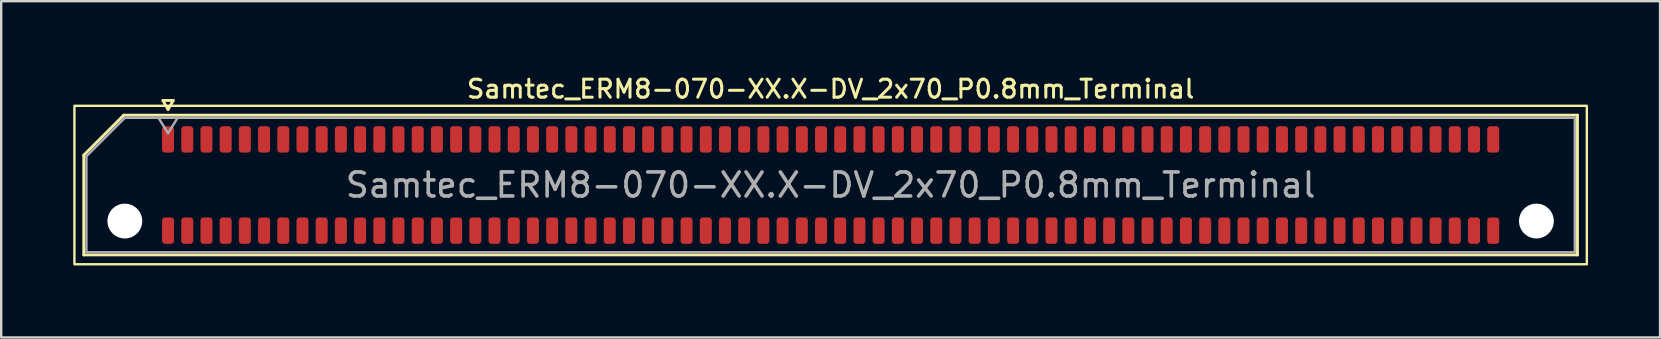
<source format=kicad_pcb>
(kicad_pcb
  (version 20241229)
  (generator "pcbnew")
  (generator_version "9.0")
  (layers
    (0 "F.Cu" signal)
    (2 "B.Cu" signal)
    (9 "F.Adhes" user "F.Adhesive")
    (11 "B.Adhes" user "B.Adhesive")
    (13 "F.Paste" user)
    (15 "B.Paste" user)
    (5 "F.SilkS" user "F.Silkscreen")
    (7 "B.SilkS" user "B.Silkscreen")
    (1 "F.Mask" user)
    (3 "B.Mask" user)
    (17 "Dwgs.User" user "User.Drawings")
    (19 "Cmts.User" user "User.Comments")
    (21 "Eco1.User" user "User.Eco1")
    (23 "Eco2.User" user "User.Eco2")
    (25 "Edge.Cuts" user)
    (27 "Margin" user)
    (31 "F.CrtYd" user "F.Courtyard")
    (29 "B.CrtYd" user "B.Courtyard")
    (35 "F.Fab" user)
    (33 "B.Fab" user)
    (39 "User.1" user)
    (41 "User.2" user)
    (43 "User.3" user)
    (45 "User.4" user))
  (footprint "Samtec_ERM8-070-XX.X-DV_2x70_P0.8mm_Terminal"
    (layer "F.Cu")
    (at 31.55 4.658)
    (property "Reference" "Samtec_ERM8-070-XX.X-DV_2x70_P0.8mm_Terminal" (at 0 -4 0) (layer "F.SilkS") (effects (font (size 0.75 0.75) (thickness 0.125))))
    (attr smd)
    (fp_line (start -31.11 -1.246) (end -29.446 -2.91) (stroke (width 0.12) (type solid)) (layer "F.SilkS"))
    (fp_line (start -31.11 2.91) (end -31.11 -1.246) (stroke (width 0.12) (type solid)) (layer "F.SilkS"))
    (fp_line (start -29.446 -2.91) (end 31.11 -2.91) (stroke (width 0.12) (type solid)) (layer "F.SilkS"))
    (fp_line (start -27.817 -3.525) (end -27.6 -3.15) (stroke (width 0.12) (type solid)) (layer "F.SilkS"))
    (fp_line (start -27.6 -3.15) (end -27.383 -3.525) (stroke (width 0.12) (type solid)) (layer "F.SilkS"))
    (fp_line (start -27.383 -3.525) (end -27.817 -3.525) (stroke (width 0.12) (type solid)) (layer "F.SilkS"))
    (fp_line (start 31.11 -2.91) (end 31.11 2.91) (stroke (width 0.12) (type solid)) (layer "F.SilkS"))
    (fp_line (start 31.11 2.91) (end -31.11 2.91) (stroke (width 0.12) (type solid)) (layer "F.SilkS"))
    (fp_rect (start -31.5 -3.3) (end 31.5 3.3) (stroke (width 0.1) (type solid)) (fill no) (layer "F.SilkS"))
    (fp_line (start -31 -1.2) (end -29.4 -2.8) (stroke (width 0.1) (type solid)) (layer "F.Fab"))
    (fp_line (start -31 2.8) (end -31 -1.2) (stroke (width 0.1) (type solid)) (layer "F.Fab"))
    (fp_line (start -29.4 -2.8) (end 31 -2.8) (stroke (width 0.1) (type solid)) (layer "F.Fab"))
    (fp_line (start -28 -2.8) (end -27.6 -2.16) (stroke (width 0.1) (type solid)) (layer "F.Fab"))
    (fp_line (start -27.6 -2.16) (end -27.2 -2.8) (stroke (width 0.1) (type solid)) (layer "F.Fab"))
    (fp_line (start 31 -2.8) (end 31 2.8) (stroke (width 0.1) (type solid)) (layer "F.Fab"))
    (fp_line (start 31 2.8) (end -31 2.8) (stroke (width 0.1) (type solid)) (layer "F.Fab"))
    (fp_text user "${REFERENCE}" (at 0 0 0) (layer "F.Fab") (effects (font (size 1 1) (thickness 0.15))))
    (pad "" np_thru_hole circle (at -29.4 1.5) (size 1.45 1.45) (drill 1.45) (layers "*.Cu" "*.Mask"))
    (pad "" np_thru_hole circle (at 29.4 1.5) (size 1.45 1.45) (drill 1.45) (layers "*.Cu" "*.Mask"))
    (pad "1" smd roundrect (at -27.6 -1.9) (size 0.5 1.1) (layers "F.Cu" "F.Mask" "F.Paste") (roundrect_rratio 0.25))
    (pad "2" smd roundrect (at -27.6 1.9) (size 0.5 1.1) (layers "F.Cu" "F.Mask" "F.Paste") (roundrect_rratio 0.25))
    (pad "3" smd roundrect (at -26.8 -1.9) (size 0.5 1.1) (layers "F.Cu" "F.Mask" "F.Paste") (roundrect_rratio 0.25))
    (pad "4" smd roundrect (at -26.8 1.9) (size 0.5 1.1) (layers "F.Cu" "F.Mask" "F.Paste") (roundrect_rratio 0.25))
    (pad "5" smd roundrect (at -26 -1.9) (size 0.5 1.1) (layers "F.Cu" "F.Mask" "F.Paste") (roundrect_rratio 0.25))
    (pad "6" smd roundrect (at -26 1.9) (size 0.5 1.1) (layers "F.Cu" "F.Mask" "F.Paste") (roundrect_rratio 0.25))
    (pad "7" smd roundrect (at -25.2 -1.9) (size 0.5 1.1) (layers "F.Cu" "F.Mask" "F.Paste") (roundrect_rratio 0.25))
    (pad "8" smd roundrect (at -25.2 1.9) (size 0.5 1.1) (layers "F.Cu" "F.Mask" "F.Paste") (roundrect_rratio 0.25))
    (pad "9" smd roundrect (at -24.4 -1.9) (size 0.5 1.1) (layers "F.Cu" "F.Mask" "F.Paste") (roundrect_rratio 0.25))
    (pad "10" smd roundrect (at -24.4 1.9) (size 0.5 1.1) (layers "F.Cu" "F.Mask" "F.Paste") (roundrect_rratio 0.25))
    (pad "11" smd roundrect (at -23.6 -1.9) (size 0.5 1.1) (layers "F.Cu" "F.Mask" "F.Paste") (roundrect_rratio 0.25))
    (pad "12" smd roundrect (at -23.6 1.9) (size 0.5 1.1) (layers "F.Cu" "F.Mask" "F.Paste") (roundrect_rratio 0.25))
    (pad "13" smd roundrect (at -22.8 -1.9) (size 0.5 1.1) (layers "F.Cu" "F.Mask" "F.Paste") (roundrect_rratio 0.25))
    (pad "14" smd roundrect (at -22.8 1.9) (size 0.5 1.1) (layers "F.Cu" "F.Mask" "F.Paste") (roundrect_rratio 0.25))
    (pad "15" smd roundrect (at -22 -1.9) (size 0.5 1.1) (layers "F.Cu" "F.Mask" "F.Paste") (roundrect_rratio 0.25))
    (pad "16" smd roundrect (at -22 1.9) (size 0.5 1.1) (layers "F.Cu" "F.Mask" "F.Paste") (roundrect_rratio 0.25))
    (pad "17" smd roundrect (at -21.2 -1.9) (size 0.5 1.1) (layers "F.Cu" "F.Mask" "F.Paste") (roundrect_rratio 0.25))
    (pad "18" smd roundrect (at -21.2 1.9) (size 0.5 1.1) (layers "F.Cu" "F.Mask" "F.Paste") (roundrect_rratio 0.25))
    (pad "19" smd roundrect (at -20.4 -1.9) (size 0.5 1.1) (layers "F.Cu" "F.Mask" "F.Paste") (roundrect_rratio 0.25))
    (pad "20" smd roundrect (at -20.4 1.9) (size 0.5 1.1) (layers "F.Cu" "F.Mask" "F.Paste") (roundrect_rratio 0.25))
    (pad "21" smd roundrect (at -19.6 -1.9) (size 0.5 1.1) (layers "F.Cu" "F.Mask" "F.Paste") (roundrect_rratio 0.25))
    (pad "22" smd roundrect (at -19.6 1.9) (size 0.5 1.1) (layers "F.Cu" "F.Mask" "F.Paste") (roundrect_rratio 0.25))
    (pad "23" smd roundrect (at -18.8 -1.9) (size 0.5 1.1) (layers "F.Cu" "F.Mask" "F.Paste") (roundrect_rratio 0.25))
    (pad "24" smd roundrect (at -18.8 1.9) (size 0.5 1.1) (layers "F.Cu" "F.Mask" "F.Paste") (roundrect_rratio 0.25))
    (pad "25" smd roundrect (at -18 -1.9) (size 0.5 1.1) (layers "F.Cu" "F.Mask" "F.Paste") (roundrect_rratio 0.25))
    (pad "26" smd roundrect (at -18 1.9) (size 0.5 1.1) (layers "F.Cu" "F.Mask" "F.Paste") (roundrect_rratio 0.25))
    (pad "27" smd roundrect (at -17.2 -1.9) (size 0.5 1.1) (layers "F.Cu" "F.Mask" "F.Paste") (roundrect_rratio 0.25))
    (pad "28" smd roundrect (at -17.2 1.9) (size 0.5 1.1) (layers "F.Cu" "F.Mask" "F.Paste") (roundrect_rratio 0.25))
    (pad "29" smd roundrect (at -16.4 -1.9) (size 0.5 1.1) (layers "F.Cu" "F.Mask" "F.Paste") (roundrect_rratio 0.25))
    (pad "30" smd roundrect (at -16.4 1.9) (size 0.5 1.1) (layers "F.Cu" "F.Mask" "F.Paste") (roundrect_rratio 0.25))
    (pad "31" smd roundrect (at -15.6 -1.9) (size 0.5 1.1) (layers "F.Cu" "F.Mask" "F.Paste") (roundrect_rratio 0.25))
    (pad "32" smd roundrect (at -15.6 1.9) (size 0.5 1.1) (layers "F.Cu" "F.Mask" "F.Paste") (roundrect_rratio 0.25))
    (pad "33" smd roundrect (at -14.8 -1.9) (size 0.5 1.1) (layers "F.Cu" "F.Mask" "F.Paste") (roundrect_rratio 0.25))
    (pad "34" smd roundrect (at -14.8 1.9) (size 0.5 1.1) (layers "F.Cu" "F.Mask" "F.Paste") (roundrect_rratio 0.25))
    (pad "35" smd roundrect (at -14 -1.9) (size 0.5 1.1) (layers "F.Cu" "F.Mask" "F.Paste") (roundrect_rratio 0.25))
    (pad "36" smd roundrect (at -14 1.9) (size 0.5 1.1) (layers "F.Cu" "F.Mask" "F.Paste") (roundrect_rratio 0.25))
    (pad "37" smd roundrect (at -13.2 -1.9) (size 0.5 1.1) (layers "F.Cu" "F.Mask" "F.Paste") (roundrect_rratio 0.25))
    (pad "38" smd roundrect (at -13.2 1.9) (size 0.5 1.1) (layers "F.Cu" "F.Mask" "F.Paste") (roundrect_rratio 0.25))
    (pad "39" smd roundrect (at -12.4 -1.9) (size 0.5 1.1) (layers "F.Cu" "F.Mask" "F.Paste") (roundrect_rratio 0.25))
    (pad "40" smd roundrect (at -12.4 1.9) (size 0.5 1.1) (layers "F.Cu" "F.Mask" "F.Paste") (roundrect_rratio 0.25))
    (pad "41" smd roundrect (at -11.6 -1.9) (size 0.5 1.1) (layers "F.Cu" "F.Mask" "F.Paste") (roundrect_rratio 0.25))
    (pad "42" smd roundrect (at -11.6 1.9) (size 0.5 1.1) (layers "F.Cu" "F.Mask" "F.Paste") (roundrect_rratio 0.25))
    (pad "43" smd roundrect (at -10.8 -1.9) (size 0.5 1.1) (layers "F.Cu" "F.Mask" "F.Paste") (roundrect_rratio 0.25))
    (pad "44" smd roundrect (at -10.8 1.9) (size 0.5 1.1) (layers "F.Cu" "F.Mask" "F.Paste") (roundrect_rratio 0.25))
    (pad "45" smd roundrect (at -10 -1.9) (size 0.5 1.1) (layers "F.Cu" "F.Mask" "F.Paste") (roundrect_rratio 0.25))
    (pad "46" smd roundrect (at -10 1.9) (size 0.5 1.1) (layers "F.Cu" "F.Mask" "F.Paste") (roundrect_rratio 0.25))
    (pad "47" smd roundrect (at -9.2 -1.9) (size 0.5 1.1) (layers "F.Cu" "F.Mask" "F.Paste") (roundrect_rratio 0.25))
    (pad "48" smd roundrect (at -9.2 1.9) (size 0.5 1.1) (layers "F.Cu" "F.Mask" "F.Paste") (roundrect_rratio 0.25))
    (pad "49" smd roundrect (at -8.4 -1.9) (size 0.5 1.1) (layers "F.Cu" "F.Mask" "F.Paste") (roundrect_rratio 0.25))
    (pad "50" smd roundrect (at -8.4 1.9) (size 0.5 1.1) (layers "F.Cu" "F.Mask" "F.Paste") (roundrect_rratio 0.25))
    (pad "51" smd roundrect (at -7.6 -1.9) (size 0.5 1.1) (layers "F.Cu" "F.Mask" "F.Paste") (roundrect_rratio 0.25))
    (pad "52" smd roundrect (at -7.6 1.9) (size 0.5 1.1) (layers "F.Cu" "F.Mask" "F.Paste") (roundrect_rratio 0.25))
    (pad "53" smd roundrect (at -6.8 -1.9) (size 0.5 1.1) (layers "F.Cu" "F.Mask" "F.Paste") (roundrect_rratio 0.25))
    (pad "54" smd roundrect (at -6.8 1.9) (size 0.5 1.1) (layers "F.Cu" "F.Mask" "F.Paste") (roundrect_rratio 0.25))
    (pad "55" smd roundrect (at -6 -1.9) (size 0.5 1.1) (layers "F.Cu" "F.Mask" "F.Paste") (roundrect_rratio 0.25))
    (pad "56" smd roundrect (at -6 1.9) (size 0.5 1.1) (layers "F.Cu" "F.Mask" "F.Paste") (roundrect_rratio 0.25))
    (pad "57" smd roundrect (at -5.2 -1.9) (size 0.5 1.1) (layers "F.Cu" "F.Mask" "F.Paste") (roundrect_rratio 0.25))
    (pad "58" smd roundrect (at -5.2 1.9) (size 0.5 1.1) (layers "F.Cu" "F.Mask" "F.Paste") (roundrect_rratio 0.25))
    (pad "59" smd roundrect (at -4.4 -1.9) (size 0.5 1.1) (layers "F.Cu" "F.Mask" "F.Paste") (roundrect_rratio 0.25))
    (pad "60" smd roundrect (at -4.4 1.9) (size 0.5 1.1) (layers "F.Cu" "F.Mask" "F.Paste") (roundrect_rratio 0.25))
    (pad "61" smd roundrect (at -3.6 -1.9) (size 0.5 1.1) (layers "F.Cu" "F.Mask" "F.Paste") (roundrect_rratio 0.25))
    (pad "62" smd roundrect (at -3.6 1.9) (size 0.5 1.1) (layers "F.Cu" "F.Mask" "F.Paste") (roundrect_rratio 0.25))
    (pad "63" smd roundrect (at -2.8 -1.9) (size 0.5 1.1) (layers "F.Cu" "F.Mask" "F.Paste") (roundrect_rratio 0.25))
    (pad "64" smd roundrect (at -2.8 1.9) (size 0.5 1.1) (layers "F.Cu" "F.Mask" "F.Paste") (roundrect_rratio 0.25))
    (pad "65" smd roundrect (at -2 -1.9) (size 0.5 1.1) (layers "F.Cu" "F.Mask" "F.Paste") (roundrect_rratio 0.25))
    (pad "66" smd roundrect (at -2 1.9) (size 0.5 1.1) (layers "F.Cu" "F.Mask" "F.Paste") (roundrect_rratio 0.25))
    (pad "67" smd roundrect (at -1.2 -1.9) (size 0.5 1.1) (layers "F.Cu" "F.Mask" "F.Paste") (roundrect_rratio 0.25))
    (pad "68" smd roundrect (at -1.2 1.9) (size 0.5 1.1) (layers "F.Cu" "F.Mask" "F.Paste") (roundrect_rratio 0.25))
    (pad "69" smd roundrect (at -0.4 -1.9) (size 0.5 1.1) (layers "F.Cu" "F.Mask" "F.Paste") (roundrect_rratio 0.25))
    (pad "70" smd roundrect (at -0.4 1.9) (size 0.5 1.1) (layers "F.Cu" "F.Mask" "F.Paste") (roundrect_rratio 0.25))
    (pad "71" smd roundrect (at 0.4 -1.9) (size 0.5 1.1) (layers "F.Cu" "F.Mask" "F.Paste") (roundrect_rratio 0.25))
    (pad "72" smd roundrect (at 0.4 1.9) (size 0.5 1.1) (layers "F.Cu" "F.Mask" "F.Paste") (roundrect_rratio 0.25))
    (pad "73" smd roundrect (at 1.2 -1.9) (size 0.5 1.1) (layers "F.Cu" "F.Mask" "F.Paste") (roundrect_rratio 0.25))
    (pad "74" smd roundrect (at 1.2 1.9) (size 0.5 1.1) (layers "F.Cu" "F.Mask" "F.Paste") (roundrect_rratio 0.25))
    (pad "75" smd roundrect (at 2 -1.9) (size 0.5 1.1) (layers "F.Cu" "F.Mask" "F.Paste") (roundrect_rratio 0.25))
    (pad "76" smd roundrect (at 2 1.9) (size 0.5 1.1) (layers "F.Cu" "F.Mask" "F.Paste") (roundrect_rratio 0.25))
    (pad "77" smd roundrect (at 2.8 -1.9) (size 0.5 1.1) (layers "F.Cu" "F.Mask" "F.Paste") (roundrect_rratio 0.25))
    (pad "78" smd roundrect (at 2.8 1.9) (size 0.5 1.1) (layers "F.Cu" "F.Mask" "F.Paste") (roundrect_rratio 0.25))
    (pad "79" smd roundrect (at 3.6 -1.9) (size 0.5 1.1) (layers "F.Cu" "F.Mask" "F.Paste") (roundrect_rratio 0.25))
    (pad "80" smd roundrect (at 3.6 1.9) (size 0.5 1.1) (layers "F.Cu" "F.Mask" "F.Paste") (roundrect_rratio 0.25))
    (pad "81" smd roundrect (at 4.4 -1.9) (size 0.5 1.1) (layers "F.Cu" "F.Mask" "F.Paste") (roundrect_rratio 0.25))
    (pad "82" smd roundrect (at 4.4 1.9) (size 0.5 1.1) (layers "F.Cu" "F.Mask" "F.Paste") (roundrect_rratio 0.25))
    (pad "83" smd roundrect (at 5.2 -1.9) (size 0.5 1.1) (layers "F.Cu" "F.Mask" "F.Paste") (roundrect_rratio 0.25))
    (pad "84" smd roundrect (at 5.2 1.9) (size 0.5 1.1) (layers "F.Cu" "F.Mask" "F.Paste") (roundrect_rratio 0.25))
    (pad "85" smd roundrect (at 6 -1.9) (size 0.5 1.1) (layers "F.Cu" "F.Mask" "F.Paste") (roundrect_rratio 0.25))
    (pad "86" smd roundrect (at 6 1.9) (size 0.5 1.1) (layers "F.Cu" "F.Mask" "F.Paste") (roundrect_rratio 0.25))
    (pad "87" smd roundrect (at 6.8 -1.9) (size 0.5 1.1) (layers "F.Cu" "F.Mask" "F.Paste") (roundrect_rratio 0.25))
    (pad "88" smd roundrect (at 6.8 1.9) (size 0.5 1.1) (layers "F.Cu" "F.Mask" "F.Paste") (roundrect_rratio 0.25))
    (pad "89" smd roundrect (at 7.6 -1.9) (size 0.5 1.1) (layers "F.Cu" "F.Mask" "F.Paste") (roundrect_rratio 0.25))
    (pad "90" smd roundrect (at 7.6 1.9) (size 0.5 1.1) (layers "F.Cu" "F.Mask" "F.Paste") (roundrect_rratio 0.25))
    (pad "91" smd roundrect (at 8.4 -1.9) (size 0.5 1.1) (layers "F.Cu" "F.Mask" "F.Paste") (roundrect_rratio 0.25))
    (pad "92" smd roundrect (at 8.4 1.9) (size 0.5 1.1) (layers "F.Cu" "F.Mask" "F.Paste") (roundrect_rratio 0.25))
    (pad "93" smd roundrect (at 9.2 -1.9) (size 0.5 1.1) (layers "F.Cu" "F.Mask" "F.Paste") (roundrect_rratio 0.25))
    (pad "94" smd roundrect (at 9.2 1.9) (size 0.5 1.1) (layers "F.Cu" "F.Mask" "F.Paste") (roundrect_rratio 0.25))
    (pad "95" smd roundrect (at 10 -1.9) (size 0.5 1.1) (layers "F.Cu" "F.Mask" "F.Paste") (roundrect_rratio 0.25))
    (pad "96" smd roundrect (at 10 1.9) (size 0.5 1.1) (layers "F.Cu" "F.Mask" "F.Paste") (roundrect_rratio 0.25))
    (pad "97" smd roundrect (at 10.8 -1.9) (size 0.5 1.1) (layers "F.Cu" "F.Mask" "F.Paste") (roundrect_rratio 0.25))
    (pad "98" smd roundrect (at 10.8 1.9) (size 0.5 1.1) (layers "F.Cu" "F.Mask" "F.Paste") (roundrect_rratio 0.25))
    (pad "99" smd roundrect (at 11.6 -1.9) (size 0.5 1.1) (layers "F.Cu" "F.Mask" "F.Paste") (roundrect_rratio 0.25))
    (pad "100" smd roundrect (at 11.6 1.9) (size 0.5 1.1) (layers "F.Cu" "F.Mask" "F.Paste") (roundrect_rratio 0.25))
    (pad "101" smd roundrect (at 12.4 -1.9) (size 0.5 1.1) (layers "F.Cu" "F.Mask" "F.Paste") (roundrect_rratio 0.25))
    (pad "102" smd roundrect (at 12.4 1.9) (size 0.5 1.1) (layers "F.Cu" "F.Mask" "F.Paste") (roundrect_rratio 0.25))
    (pad "103" smd roundrect (at 13.2 -1.9) (size 0.5 1.1) (layers "F.Cu" "F.Mask" "F.Paste") (roundrect_rratio 0.25))
    (pad "104" smd roundrect (at 13.2 1.9) (size 0.5 1.1) (layers "F.Cu" "F.Mask" "F.Paste") (roundrect_rratio 0.25))
    (pad "105" smd roundrect (at 14 -1.9) (size 0.5 1.1) (layers "F.Cu" "F.Mask" "F.Paste") (roundrect_rratio 0.25))
    (pad "106" smd roundrect (at 14 1.9) (size 0.5 1.1) (layers "F.Cu" "F.Mask" "F.Paste") (roundrect_rratio 0.25))
    (pad "107" smd roundrect (at 14.8 -1.9) (size 0.5 1.1) (layers "F.Cu" "F.Mask" "F.Paste") (roundrect_rratio 0.25))
    (pad "108" smd roundrect (at 14.8 1.9) (size 0.5 1.1) (layers "F.Cu" "F.Mask" "F.Paste") (roundrect_rratio 0.25))
    (pad "109" smd roundrect (at 15.6 -1.9) (size 0.5 1.1) (layers "F.Cu" "F.Mask" "F.Paste") (roundrect_rratio 0.25))
    (pad "110" smd roundrect (at 15.6 1.9) (size 0.5 1.1) (layers "F.Cu" "F.Mask" "F.Paste") (roundrect_rratio 0.25))
    (pad "111" smd roundrect (at 16.4 -1.9) (size 0.5 1.1) (layers "F.Cu" "F.Mask" "F.Paste") (roundrect_rratio 0.25))
    (pad "112" smd roundrect (at 16.4 1.9) (size 0.5 1.1) (layers "F.Cu" "F.Mask" "F.Paste") (roundrect_rratio 0.25))
    (pad "113" smd roundrect (at 17.2 -1.9) (size 0.5 1.1) (layers "F.Cu" "F.Mask" "F.Paste") (roundrect_rratio 0.25))
    (pad "114" smd roundrect (at 17.2 1.9) (size 0.5 1.1) (layers "F.Cu" "F.Mask" "F.Paste") (roundrect_rratio 0.25))
    (pad "115" smd roundrect (at 18 -1.9) (size 0.5 1.1) (layers "F.Cu" "F.Mask" "F.Paste") (roundrect_rratio 0.25))
    (pad "116" smd roundrect (at 18 1.9) (size 0.5 1.1) (layers "F.Cu" "F.Mask" "F.Paste") (roundrect_rratio 0.25))
    (pad "117" smd roundrect (at 18.8 -1.9) (size 0.5 1.1) (layers "F.Cu" "F.Mask" "F.Paste") (roundrect_rratio 0.25))
    (pad "118" smd roundrect (at 18.8 1.9) (size 0.5 1.1) (layers "F.Cu" "F.Mask" "F.Paste") (roundrect_rratio 0.25))
    (pad "119" smd roundrect (at 19.6 -1.9) (size 0.5 1.1) (layers "F.Cu" "F.Mask" "F.Paste") (roundrect_rratio 0.25))
    (pad "120" smd roundrect (at 19.6 1.9) (size 0.5 1.1) (layers "F.Cu" "F.Mask" "F.Paste") (roundrect_rratio 0.25))
    (pad "121" smd roundrect (at 20.4 -1.9) (size 0.5 1.1) (layers "F.Cu" "F.Mask" "F.Paste") (roundrect_rratio 0.25))
    (pad "122" smd roundrect (at 20.4 1.9) (size 0.5 1.1) (layers "F.Cu" "F.Mask" "F.Paste") (roundrect_rratio 0.25))
    (pad "123" smd roundrect (at 21.2 -1.9) (size 0.5 1.1) (layers "F.Cu" "F.Mask" "F.Paste") (roundrect_rratio 0.25))
    (pad "124" smd roundrect (at 21.2 1.9) (size 0.5 1.1) (layers "F.Cu" "F.Mask" "F.Paste") (roundrect_rratio 0.25))
    (pad "125" smd roundrect (at 22 -1.9) (size 0.5 1.1) (layers "F.Cu" "F.Mask" "F.Paste") (roundrect_rratio 0.25))
    (pad "126" smd roundrect (at 22 1.9) (size 0.5 1.1) (layers "F.Cu" "F.Mask" "F.Paste") (roundrect_rratio 0.25))
    (pad "127" smd roundrect (at 22.8 -1.9) (size 0.5 1.1) (layers "F.Cu" "F.Mask" "F.Paste") (roundrect_rratio 0.25))
    (pad "128" smd roundrect (at 22.8 1.9) (size 0.5 1.1) (layers "F.Cu" "F.Mask" "F.Paste") (roundrect_rratio 0.25))
    (pad "129" smd roundrect (at 23.6 -1.9) (size 0.5 1.1) (layers "F.Cu" "F.Mask" "F.Paste") (roundrect_rratio 0.25))
    (pad "130" smd roundrect (at 23.6 1.9) (size 0.5 1.1) (layers "F.Cu" "F.Mask" "F.Paste") (roundrect_rratio 0.25))
    (pad "131" smd roundrect (at 24.4 -1.9) (size 0.5 1.1) (layers "F.Cu" "F.Mask" "F.Paste") (roundrect_rratio 0.25))
    (pad "132" smd roundrect (at 24.4 1.9) (size 0.5 1.1) (layers "F.Cu" "F.Mask" "F.Paste") (roundrect_rratio 0.25))
    (pad "133" smd roundrect (at 25.2 -1.9) (size 0.5 1.1) (layers "F.Cu" "F.Mask" "F.Paste") (roundrect_rratio 0.25))
    (pad "134" smd roundrect (at 25.2 1.9) (size 0.5 1.1) (layers "F.Cu" "F.Mask" "F.Paste") (roundrect_rratio 0.25))
    (pad "135" smd roundrect (at 26 -1.9) (size 0.5 1.1) (layers "F.Cu" "F.Mask" "F.Paste") (roundrect_rratio 0.25))
    (pad "136" smd roundrect (at 26 1.9) (size 0.5 1.1) (layers "F.Cu" "F.Mask" "F.Paste") (roundrect_rratio 0.25))
    (pad "137" smd roundrect (at 26.8 -1.9) (size 0.5 1.1) (layers "F.Cu" "F.Mask" "F.Paste") (roundrect_rratio 0.25))
    (pad "138" smd roundrect (at 26.8 1.9) (size 0.5 1.1) (layers "F.Cu" "F.Mask" "F.Paste") (roundrect_rratio 0.25))
    (pad "139" smd roundrect (at 27.6 -1.9) (size 0.5 1.1) (layers "F.Cu" "F.Mask" "F.Paste") (roundrect_rratio 0.25))
    (pad "140" smd roundrect (at 27.6 1.9) (size 0.5 1.1) (layers "F.Cu" "F.Mask" "F.Paste") (roundrect_rratio 0.25)))
  (gr_rect
    (start -3 -3)
    (end 66.1 11.008)
    (stroke (width 0.1) (type default))
    (fill no)
    (layer "Edge.Cuts")))
</source>
